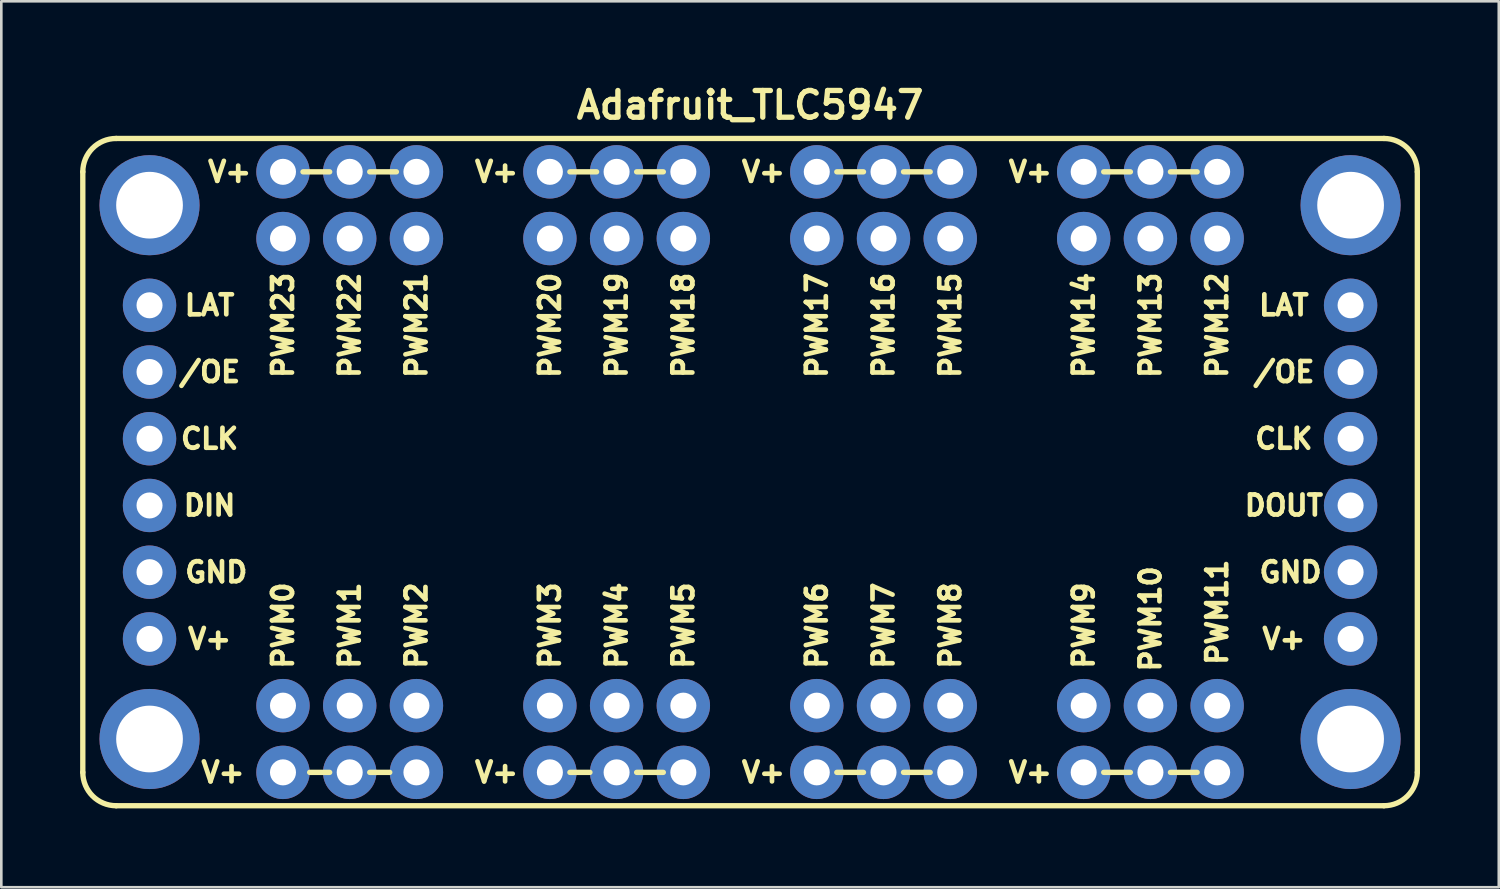
<source format=kicad_pcb>
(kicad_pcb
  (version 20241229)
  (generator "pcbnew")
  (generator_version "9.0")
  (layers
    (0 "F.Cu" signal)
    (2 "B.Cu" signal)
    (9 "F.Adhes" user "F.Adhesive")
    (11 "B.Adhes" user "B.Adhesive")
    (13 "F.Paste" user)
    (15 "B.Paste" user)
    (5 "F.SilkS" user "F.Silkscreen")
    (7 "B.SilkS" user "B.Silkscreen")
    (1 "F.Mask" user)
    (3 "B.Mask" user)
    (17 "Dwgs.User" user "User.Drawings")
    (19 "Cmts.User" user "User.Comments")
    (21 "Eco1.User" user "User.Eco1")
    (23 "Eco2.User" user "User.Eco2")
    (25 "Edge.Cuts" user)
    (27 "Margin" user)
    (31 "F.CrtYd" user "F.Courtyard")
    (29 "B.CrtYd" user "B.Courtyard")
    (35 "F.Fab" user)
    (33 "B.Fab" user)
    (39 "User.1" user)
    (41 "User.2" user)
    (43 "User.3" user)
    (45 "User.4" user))
  (footprint "Adafruit_TLC5947"
    (layer "F.Cu")
    (at 25.502 14.921)
    (property "Reference" "Adafruit_TLC5947" (at 0 -13.97 0) (layer "F.SilkS") (effects (font (size 1.016 1.016) (thickness 0.203))))
    (attr through_hole)
    (fp_line (start -25.4 11.43) (end -25.4 -11.43) (stroke (width 0.203) (type solid)) (layer "F.SilkS"))
    (fp_line (start -24.13 -12.7) (end 24.13 -12.7) (stroke (width 0.203) (type solid)) (layer "F.SilkS"))
    (fp_line (start -16.764 11.43) (end -16.002 11.43) (stroke (width 0.203) (type solid)) (layer "F.SilkS"))
    (fp_line (start -16.002 -11.43) (end -17.018 -11.43) (stroke (width 0.203) (type solid)) (layer "F.SilkS"))
    (fp_line (start -14.478 11.43) (end -13.716 11.43) (stroke (width 0.203) (type solid)) (layer "F.SilkS"))
    (fp_line (start -13.462 -11.43) (end -14.478 -11.43) (stroke (width 0.203) (type solid)) (layer "F.SilkS"))
    (fp_line (start -6.858 11.43) (end -6.096 11.43) (stroke (width 0.203) (type solid)) (layer "F.SilkS"))
    (fp_line (start -5.842 -11.43) (end -6.858 -11.43) (stroke (width 0.203) (type solid)) (layer "F.SilkS"))
    (fp_line (start -4.318 11.43) (end -3.302 11.43) (stroke (width 0.203) (type solid)) (layer "F.SilkS"))
    (fp_line (start -3.302 -11.43) (end -4.318 -11.43) (stroke (width 0.203) (type solid)) (layer "F.SilkS"))
    (fp_line (start 3.302 11.43) (end 4.318 11.43) (stroke (width 0.203) (type solid)) (layer "F.SilkS"))
    (fp_line (start 4.318 -11.43) (end 3.302 -11.43) (stroke (width 0.203) (type solid)) (layer "F.SilkS"))
    (fp_line (start 5.842 11.43) (end 6.858 11.43) (stroke (width 0.203) (type solid)) (layer "F.SilkS"))
    (fp_line (start 6.858 -11.43) (end 5.842 -11.43) (stroke (width 0.203) (type solid)) (layer "F.SilkS"))
    (fp_line (start 13.462 -11.43) (end 14.478 -11.43) (stroke (width 0.203) (type solid)) (layer "F.SilkS"))
    (fp_line (start 13.462 11.43) (end 14.478 11.43) (stroke (width 0.203) (type solid)) (layer "F.SilkS"))
    (fp_line (start 16.002 -11.43) (end 17.018 -11.43) (stroke (width 0.203) (type solid)) (layer "F.SilkS"))
    (fp_line (start 16.002 11.43) (end 17.018 11.43) (stroke (width 0.203) (type solid)) (layer "F.SilkS"))
    (fp_line (start 24.13 12.7) (end -24.13 12.7) (stroke (width 0.203) (type solid)) (layer "F.SilkS"))
    (fp_line (start 25.4 -11.43) (end 25.4 11.43) (stroke (width 0.203) (type solid)) (layer "F.SilkS"))
    (fp_arc (start -25.4 -11.43) (mid -25.028026 -12.328026) (end -24.13 -12.7) (stroke (width 0.2032) (type solid)) (layer "F.SilkS"))
    (fp_arc (start -24.13 12.7) (mid -25.028026 12.328026) (end -25.4 11.43) (stroke (width 0.2032) (type solid)) (layer "F.SilkS"))
    (fp_arc (start 24.13 -12.7) (mid 25.028026 -12.328026) (end 25.4 -11.43) (stroke (width 0.2032) (type solid)) (layer "F.SilkS"))
    (fp_arc (start 25.4 11.43) (mid 25.028026 12.328026) (end 24.13 12.7) (stroke (width 0.2032) (type solid)) (layer "F.SilkS"))
    (fp_text user "PWM4" (at -5.08 5.842 90) (layer "F.SilkS") (effects (font (size 0.762 0.762) (thickness 0.178))))
    (fp_text user "V+" (at 10.668 11.43 0) (layer "F.SilkS") (effects (font (size 0.762 0.762) (thickness 0.178))))
    (fp_text user "PWM8" (at 7.62 5.842 90) (layer "F.SilkS") (effects (font (size 0.762 0.762) (thickness 0.178))))
    (fp_text user "PWM21" (at -12.7 -5.588 90) (layer "F.SilkS") (effects (font (size 0.762 0.762) (thickness 0.178))))
    (fp_text user "V+" (at -19.812 -11.43 0) (layer "F.SilkS") (effects (font (size 0.762 0.762) (thickness 0.178))))
    (fp_text user "PWM1" (at -15.24 5.842 90) (layer "F.SilkS") (effects (font (size 0.762 0.762) (thickness 0.178))))
    (fp_text user "PWM19" (at -5.08 -5.588 90) (layer "F.SilkS") (effects (font (size 0.762 0.762) (thickness 0.178))))
    (fp_text user "PWM9" (at 12.7 5.842 90) (layer "F.SilkS") (effects (font (size 0.762 0.762) (thickness 0.178))))
    (fp_text user "PWM2" (at -12.7 5.842 90) (layer "F.SilkS") (effects (font (size 0.762 0.762) (thickness 0.178))))
    (fp_text user "LAT" (at 20.32 -6.35 0) (layer "F.SilkS") (effects (font (size 0.762 0.762) (thickness 0.178))))
    (fp_text user "V+" (at -20.066 11.43 0) (layer "F.SilkS") (effects (font (size 0.762 0.762) (thickness 0.178))))
    (fp_text user "V+" (at -9.652 11.43 0) (layer "F.SilkS") (effects (font (size 0.762 0.762) (thickness 0.178))))
    (fp_text user "PWM23" (at -17.78 -5.588 90) (layer "F.SilkS") (effects (font (size 0.762 0.762) (thickness 0.178))))
    (fp_text user "PWM5" (at -2.54 5.842 90) (layer "F.SilkS") (effects (font (size 0.762 0.762) (thickness 0.178))))
    (fp_text user "V+" (at 0.508 -11.43 0) (layer "F.SilkS") (effects (font (size 0.762 0.762) (thickness 0.178))))
    (fp_text user "V+" (at -9.652 -11.43 0) (layer "F.SilkS") (effects (font (size 0.762 0.762) (thickness 0.178))))
    (fp_text user "PWM22" (at -15.24 -5.588 90) (layer "F.SilkS") (effects (font (size 0.762 0.762) (thickness 0.178))))
    (fp_text user "CLK" (at 20.32 -1.27 0) (layer "F.SilkS") (effects (font (size 0.762 0.762) (thickness 0.178))))
    (fp_text user "GND" (at -20.32 3.81 0) (layer "F.SilkS") (effects (font (size 0.762 0.762) (thickness 0.178))))
    (fp_text user "DOUT" (at 20.32 1.27 0) (layer "F.SilkS") (effects (font (size 0.762 0.762) (thickness 0.178))))
    (fp_text user "PWM0" (at -17.78 5.842 90) (layer "F.SilkS") (effects (font (size 0.762 0.762) (thickness 0.178))))
    (fp_text user "PWM3" (at -7.62 5.842 90) (layer "F.SilkS") (effects (font (size 0.762 0.762) (thickness 0.178))))
    (fp_text user "PWM15" (at 7.62 -5.588 90) (layer "F.SilkS") (effects (font (size 0.762 0.762) (thickness 0.178))))
    (fp_text user "GND" (at 20.574 3.81 0) (layer "F.SilkS") (effects (font (size 0.762 0.762) (thickness 0.178))))
    (fp_text user "V+" (at 20.32 6.35 0) (layer "F.SilkS") (effects (font (size 0.762 0.762) (thickness 0.178))))
    (fp_text user "PWM12" (at 17.78 -5.588 90) (layer "F.SilkS") (effects (font (size 0.762 0.762) (thickness 0.178))))
    (fp_text user "V+" (at 10.668 -11.43 0) (layer "F.SilkS") (effects (font (size 0.762 0.762) (thickness 0.178))))
    (fp_text user "CLK" (at -20.574 -1.27 0) (layer "F.SilkS") (effects (font (size 0.762 0.762) (thickness 0.178))))
    (fp_text user "V+" (at 0.508 11.43 0) (layer "F.SilkS") (effects (font (size 0.762 0.762) (thickness 0.178))))
    (fp_text user "LAT" (at -20.574 -6.35 0) (layer "F.SilkS") (effects (font (size 0.762 0.762) (thickness 0.178))))
    (fp_text user "PWM16" (at 5.08 -5.588 90) (layer "F.SilkS") (effects (font (size 0.762 0.762) (thickness 0.178))))
    (fp_text user "/OE" (at 20.32 -3.81 0) (layer "F.SilkS") (effects (font (size 0.762 0.762) (thickness 0.178))))
    (fp_text user "PWM7" (at 5.08 5.842 90) (layer "F.SilkS") (effects (font (size 0.762 0.762) (thickness 0.178))))
    (fp_text user "PWM18" (at -2.54 -5.588 90) (layer "F.SilkS") (effects (font (size 0.762 0.762) (thickness 0.178))))
    (fp_text user "V+" (at -20.574 6.35 0) (layer "F.SilkS") (effects (font (size 0.762 0.762) (thickness 0.178))))
    (fp_text user "PWM10" (at 15.24 5.588 90) (layer "F.SilkS") (effects (font (size 0.762 0.762) (thickness 0.178))))
    (fp_text user "DIN" (at -20.574 1.27 0) (layer "F.SilkS") (effects (font (size 0.762 0.762) (thickness 0.178))))
    (fp_text user "PWM17" (at 2.54 -5.588 90) (layer "F.SilkS") (effects (font (size 0.762 0.762) (thickness 0.178))))
    (fp_text user "/OE" (at -20.574 -3.81 0) (layer "F.SilkS") (effects (font (size 0.762 0.762) (thickness 0.178))))
    (fp_text user "PWM11" (at 17.78 5.334 90) (layer "F.SilkS") (effects (font (size 0.762 0.762) (thickness 0.178))))
    (fp_text user "PWM6" (at 2.54 5.842 90) (layer "F.SilkS") (effects (font (size 0.762 0.762) (thickness 0.178))))
    (fp_text user "PWM14" (at 12.7 -5.588 90) (layer "F.SilkS") (effects (font (size 0.762 0.762) (thickness 0.178))))
    (fp_text user "PWM20" (at -7.62 -5.588 90) (layer "F.SilkS") (effects (font (size 0.762 0.762) (thickness 0.178))))
    (fp_text user "PWM13" (at 15.24 -5.588 90) (layer "F.SilkS") (effects (font (size 0.762 0.762) (thickness 0.178))))
    (pad "" thru_hole circle (at -22.86 -10.16) (size 3.81 3.81) (drill 2.54) (layers "*.Cu" "*.Mask"))
    (pad "" thru_hole circle (at -22.86 10.16) (size 3.81 3.81) (drill 2.54) (layers "*.Cu" "*.Mask"))
    (pad "" thru_hole circle (at 22.86 -10.16) (size 3.81 3.81) (drill 2.54) (layers "*.Cu" "*.Mask"))
    (pad "" thru_hole circle (at 22.86 10.16) (size 3.81 3.81) (drill 2.54) (layers "*.Cu" "*.Mask"))
    (pad "1" thru_hole circle (at -22.86 -6.35) (size 2.032 2.032) (drill 0.991) (layers "*.Cu" "*.Mask"))
    (pad "2" thru_hole circle (at -22.86 -3.81) (size 2.032 2.032) (drill 0.991) (layers "*.Cu" "*.Mask"))
    (pad "3" thru_hole circle (at -22.86 -1.27) (size 2.032 2.032) (drill 0.991) (layers "*.Cu" "*.Mask"))
    (pad "4" thru_hole circle (at -22.86 1.27) (size 2.032 2.032) (drill 0.991) (layers "*.Cu" "*.Mask"))
    (pad "5" thru_hole circle (at -22.86 3.81) (size 2.032 2.032) (drill 0.991) (layers "*.Cu" "*.Mask"))
    (pad "6" thru_hole circle (at -22.86 6.35) (size 2.032 2.032) (drill 0.991) (layers "*.Cu" "*.Mask"))
    (pad "7" thru_hole circle (at 22.86 -6.35) (size 2.032 2.032) (drill 0.991) (layers "*.Cu" "*.Mask"))
    (pad "8" thru_hole circle (at 22.86 -3.81) (size 2.032 2.032) (drill 0.991) (layers "*.Cu" "*.Mask"))
    (pad "9" thru_hole circle (at 22.86 -1.27) (size 2.032 2.032) (drill 0.991) (layers "*.Cu" "*.Mask"))
    (pad "10" thru_hole circle (at 22.86 1.27) (size 2.032 2.032) (drill 0.991) (layers "*.Cu" "*.Mask"))
    (pad "11" thru_hole circle (at 22.86 3.81) (size 2.032 2.032) (drill 0.991) (layers "*.Cu" "*.Mask"))
    (pad "12" thru_hole circle (at 22.86 6.35) (size 2.032 2.032) (drill 0.991) (layers "*.Cu" "*.Mask"))
    (pad "13" thru_hole circle (at -17.78 8.89) (size 2.032 2.032) (drill 0.991) (layers "*.Cu" "*.Mask"))
    (pad "14" thru_hole circle (at -17.78 11.43) (size 2.032 2.032) (drill 0.991) (layers "*.Cu" "*.Mask"))
    (pad "15" thru_hole circle (at -15.24 8.89) (size 2.032 2.032) (drill 0.991) (layers "*.Cu" "*.Mask"))
    (pad "16" thru_hole circle (at -15.24 11.43) (size 2.032 2.032) (drill 0.991) (layers "*.Cu" "*.Mask"))
    (pad "17" thru_hole circle (at -12.7 8.89) (size 2.032 2.032) (drill 0.991) (layers "*.Cu" "*.Mask"))
    (pad "18" thru_hole circle (at -12.7 11.43) (size 2.032 2.032) (drill 0.991) (layers "*.Cu" "*.Mask"))
    (pad "19" thru_hole circle (at -7.62 8.89) (size 2.032 2.032) (drill 0.991) (layers "*.Cu" "*.Mask"))
    (pad "20" thru_hole circle (at -7.62 11.43) (size 2.032 2.032) (drill 0.991) (layers "*.Cu" "*.Mask"))
    (pad "21" thru_hole circle (at -5.08 8.89) (size 2.032 2.032) (drill 0.991) (layers "*.Cu" "*.Mask"))
    (pad "22" thru_hole circle (at -5.08 11.43) (size 2.032 2.032) (drill 0.991) (layers "*.Cu" "*.Mask"))
    (pad "23" thru_hole circle (at -2.54 8.89) (size 2.032 2.032) (drill 0.991) (layers "*.Cu" "*.Mask"))
    (pad "24" thru_hole circle (at -2.54 11.43) (size 2.032 2.032) (drill 0.991) (layers "*.Cu" "*.Mask"))
    (pad "25" thru_hole circle (at 2.54 8.89) (size 2.032 2.032) (drill 0.991) (layers "*.Cu" "*.Mask"))
    (pad "26" thru_hole circle (at 2.54 11.43) (size 2.032 2.032) (drill 0.991) (layers "*.Cu" "*.Mask"))
    (pad "27" thru_hole circle (at 5.08 8.89) (size 2.032 2.032) (drill 0.991) (layers "*.Cu" "*.Mask"))
    (pad "28" thru_hole circle (at 5.08 11.43) (size 2.032 2.032) (drill 0.991) (layers "*.Cu" "*.Mask"))
    (pad "29" thru_hole circle (at 7.62 8.89) (size 2.032 2.032) (drill 0.991) (layers "*.Cu" "*.Mask"))
    (pad "30" thru_hole circle (at 7.62 11.43) (size 2.032 2.032) (drill 0.991) (layers "*.Cu" "*.Mask"))
    (pad "31" thru_hole circle (at 12.7 8.89) (size 2.032 2.032) (drill 0.991) (layers "*.Cu" "*.Mask"))
    (pad "32" thru_hole circle (at 12.7 11.43) (size 2.032 2.032) (drill 0.991) (layers "*.Cu" "*.Mask"))
    (pad "33" thru_hole circle (at 15.24 8.89) (size 2.032 2.032) (drill 0.991) (layers "*.Cu" "*.Mask"))
    (pad "34" thru_hole circle (at 15.24 11.43) (size 2.032 2.032) (drill 0.991) (layers "*.Cu" "*.Mask"))
    (pad "35" thru_hole circle (at 17.78 8.89) (size 2.032 2.032) (drill 0.991) (layers "*.Cu" "*.Mask"))
    (pad "36" thru_hole circle (at 17.78 11.43) (size 2.032 2.032) (drill 0.991) (layers "*.Cu" "*.Mask"))
    (pad "37" thru_hole circle (at 17.78 -8.89) (size 2.032 2.032) (drill 0.991) (layers "*.Cu" "*.Mask"))
    (pad "38" thru_hole circle (at 17.78 -11.43) (size 2.032 2.032) (drill 0.991) (layers "*.Cu" "*.Mask"))
    (pad "39" thru_hole circle (at 15.24 -8.89) (size 2.032 2.032) (drill 0.991) (layers "*.Cu" "*.Mask"))
    (pad "40" thru_hole circle (at 15.24 -11.43) (size 2.032 2.032) (drill 0.991) (layers "*.Cu" "*.Mask"))
    (pad "41" thru_hole circle (at 12.7 -8.89) (size 2.032 2.032) (drill 0.991) (layers "*.Cu" "*.Mask"))
    (pad "42" thru_hole circle (at 12.7 -11.43) (size 2.032 2.032) (drill 0.991) (layers "*.Cu" "*.Mask"))
    (pad "43" thru_hole circle (at 7.62 -8.89) (size 2.032 2.032) (drill 0.991) (layers "*.Cu" "*.Mask"))
    (pad "44" thru_hole circle (at 7.62 -11.43) (size 2.032 2.032) (drill 0.991) (layers "*.Cu" "*.Mask"))
    (pad "45" thru_hole circle (at 5.08 -8.89) (size 2.032 2.032) (drill 0.991) (layers "*.Cu" "*.Mask"))
    (pad "46" thru_hole circle (at 5.08 -11.43) (size 2.032 2.032) (drill 0.991) (layers "*.Cu" "*.Mask"))
    (pad "47" thru_hole circle (at 2.54 -8.89) (size 2.032 2.032) (drill 0.991) (layers "*.Cu" "*.Mask"))
    (pad "48" thru_hole circle (at 2.54 -11.43) (size 2.032 2.032) (drill 0.991) (layers "*.Cu" "*.Mask"))
    (pad "49" thru_hole circle (at -2.54 -8.89) (size 2.032 2.032) (drill 0.991) (layers "*.Cu" "*.Mask"))
    (pad "50" thru_hole circle (at -2.54 -11.43) (size 2.032 2.032) (drill 0.991) (layers "*.Cu" "*.Mask"))
    (pad "51" thru_hole circle (at -5.08 -8.89) (size 2.032 2.032) (drill 0.991) (layers "*.Cu" "*.Mask"))
    (pad "52" thru_hole circle (at -5.08 -11.43) (size 2.032 2.032) (drill 0.991) (layers "*.Cu" "*.Mask"))
    (pad "53" thru_hole circle (at -7.62 -8.89) (size 2.032 2.032) (drill 0.991) (layers "*.Cu" "*.Mask"))
    (pad "54" thru_hole circle (at -7.62 -11.43) (size 2.032 2.032) (drill 0.991) (layers "*.Cu" "*.Mask"))
    (pad "55" thru_hole circle (at -12.7 -8.89) (size 2.032 2.032) (drill 0.991) (layers "*.Cu" "*.Mask"))
    (pad "56" thru_hole circle (at -12.7 -11.43) (size 2.032 2.032) (drill 0.991) (layers "*.Cu" "*.Mask"))
    (pad "57" thru_hole circle (at -15.24 -8.89) (size 2.032 2.032) (drill 0.991) (layers "*.Cu" "*.Mask"))
    (pad "58" thru_hole circle (at -15.24 -11.43) (size 2.032 2.032) (drill 0.991) (layers "*.Cu" "*.Mask"))
    (pad "59" thru_hole circle (at -17.78 -8.89) (size 2.032 2.032) (drill 0.991) (layers "*.Cu" "*.Mask"))
    (pad "60" thru_hole circle (at -17.78 -11.43) (size 2.032 2.032) (drill 0.991) (layers "*.Cu" "*.Mask")))
  (gr_rect
    (start -3 -3)
    (end 54.003 30.723)
    (stroke (width 0.1) (type default))
    (fill no)
    (layer "Edge.Cuts")))
</source>
